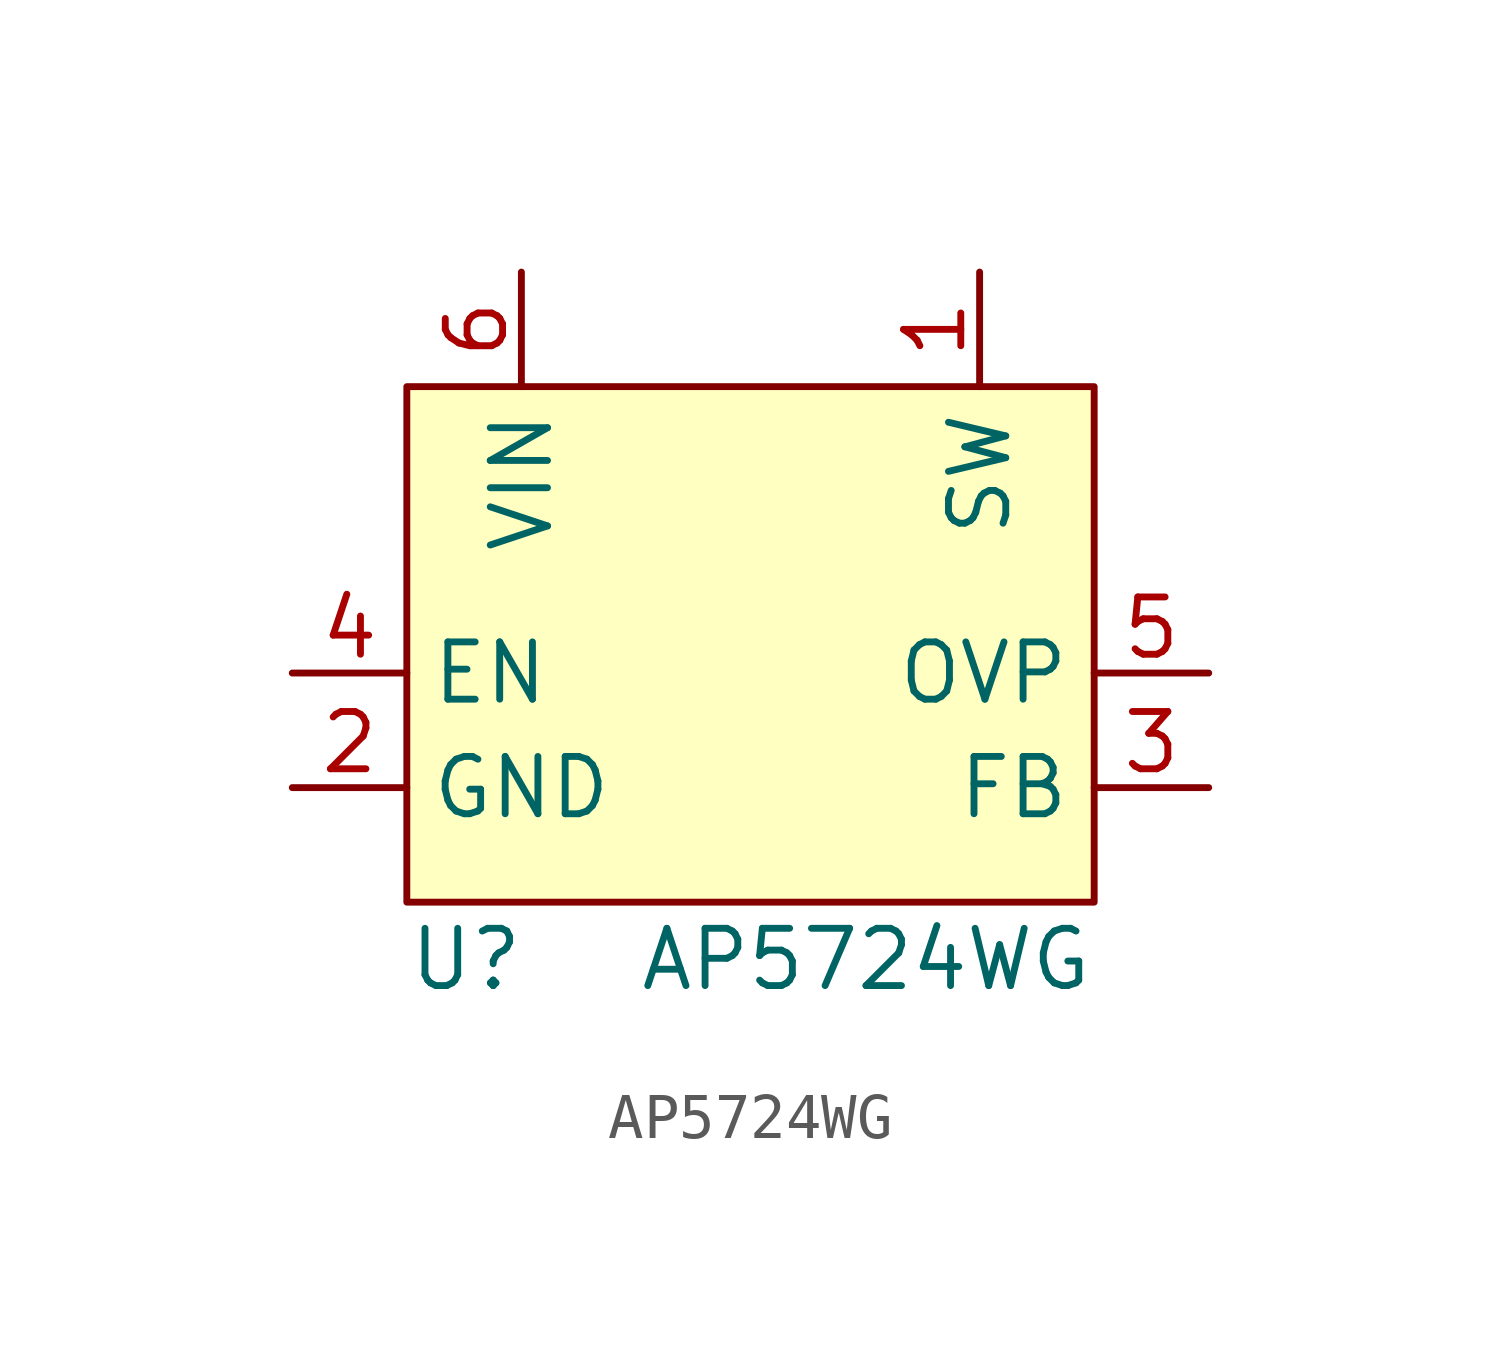
<source format=kicad_sym>
(kicad_symbol_lib
  (version 20220914)
  (generator kicad_symbol_editor)
  (symbol "AP5724WG"
    (property "Reference" "U"
      (at -7.62 -6.35 0)
      (effects (font (size 1.27 1.27)) (justify left)))
    (property "Value" "AP5724WG"
      (at 7.62 -6.35 0)
      (effects (font (size 1.27 1.27)) (justify right)))
    (symbol "AP5724WG_1_1"
      (rectangle (start -7.62 6.35) (end 7.62 -5.08) (stroke (width 0) (type default)) (fill (type background)))
      (pin open_collector line (at 5.08 8.89 270) (length 2.54) (name "SW" (effects (font (size 1.27 1.27)))) (number "1" (effects (font (size 1.27 1.27)))))
      (pin power_in line (at -10.16 -2.54 0) (length 2.54) (name "GND" (effects (font (size 1.27 1.27)))) (number "2" (effects (font (size 1.27 1.27)))))
      (pin input line (at 10.16 -2.54 180) (length 2.54) (name "FB" (effects (font (size 1.27 1.27)))) (number "3" (effects (font (size 1.27 1.27)))))
      (pin input line (at -10.16 0 0) (length 2.54) (name "EN" (effects (font (size 1.27 1.27)))) (number "4" (effects (font (size 1.27 1.27)))))
      (pin output line (at 10.16 0 180) (length 2.54) (name "OVP" (effects (font (size 1.27 1.27)))) (number "5" (effects (font (size 1.27 1.27)))))
      (pin power_in line (at -5.08 8.89 270) (length 2.54) (name "VIN" (effects (font (size 1.27 1.27)))) (number "6" (effects (font (size 1.27 1.27))))))))
</source>
